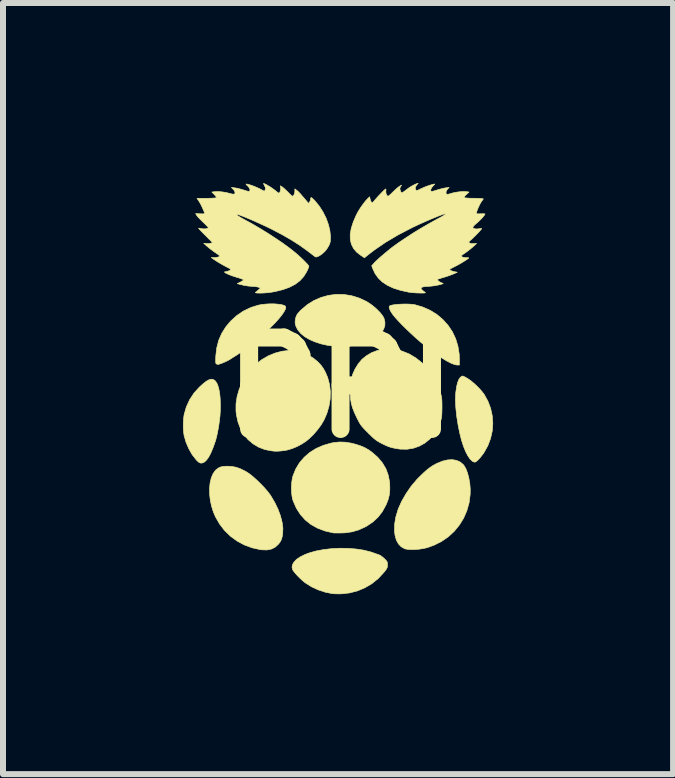
<source format=kicad_pcb>
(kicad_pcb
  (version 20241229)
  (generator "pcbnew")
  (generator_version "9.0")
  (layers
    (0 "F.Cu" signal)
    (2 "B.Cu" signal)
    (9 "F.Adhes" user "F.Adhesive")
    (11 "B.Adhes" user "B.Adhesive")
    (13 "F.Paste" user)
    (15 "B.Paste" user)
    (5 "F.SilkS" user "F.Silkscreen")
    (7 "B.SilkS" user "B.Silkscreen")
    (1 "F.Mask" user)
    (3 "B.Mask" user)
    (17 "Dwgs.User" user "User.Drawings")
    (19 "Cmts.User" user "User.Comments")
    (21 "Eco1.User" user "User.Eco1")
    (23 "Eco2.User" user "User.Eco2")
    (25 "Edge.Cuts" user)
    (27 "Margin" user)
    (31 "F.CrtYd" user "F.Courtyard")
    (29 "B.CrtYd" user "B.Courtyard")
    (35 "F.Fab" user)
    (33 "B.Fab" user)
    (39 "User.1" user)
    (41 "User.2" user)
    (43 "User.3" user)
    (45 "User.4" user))
  (footprint "RPI"
    (layer "F.Cu")
    (at 2.627 3.411)
    (property "Reference" "RPI" (at 0 0 0) (layer "F.SilkS") (effects (font (size 1.524 1.524) (thickness 0.3))))
    (attr through_hole)
    (fp_poly (pts (xy 2.05 -0.188) (xy 2.076 -0.175) (xy 2.109 -0.157) (xy 2.113 -0.155) (xy 2.167 -0.118) (xy 2.226 -0.069) (xy 2.286 -0.013) (xy 2.34 0.045) (xy 2.385 0.1) (xy 2.394 0.113) (xy 2.457 0.227) (xy 2.502 0.346) (xy 2.529 0.471) (xy 2.538 0.597) (xy 2.529 0.723) (xy 2.501 0.848) (xy 2.456 0.967) (xy 2.393 1.081) (xy 2.367 1.118) (xy 2.323 1.173) (xy 2.286 1.213) (xy 2.255 1.237) (xy 2.244 1.242) (xy 2.225 1.241) (xy 2.202 1.231) (xy 2.161 1.194) (xy 2.122 1.138) (xy 2.084 1.065) (xy 2.048 0.976) (xy 2.015 0.873) (xy 1.986 0.756) (xy 1.96 0.628) (xy 1.938 0.49) (xy 1.936 0.478) (xy 1.921 0.332) (xy 1.915 0.202) (xy 1.92 0.086) (xy 1.935 -0.017) (xy 1.951 -0.083) (xy 1.97 -0.132) (xy 1.994 -0.168) (xy 2.019 -0.189) (xy 2.036 -0.193) (xy 2.05 -0.188)) (stroke (width 0.01) (type solid)) (fill yes) (layer "F.SilkS"))
    (fp_poly (pts (xy 1.151 -1.391) (xy 1.203 -1.387) (xy 1.236 -1.382) (xy 1.37 -1.343) (xy 1.494 -1.288) (xy 1.607 -1.218) (xy 1.706 -1.134) (xy 1.792 -1.038) (xy 1.864 -0.931) (xy 1.919 -0.814) (xy 1.957 -0.689) (xy 1.978 -0.556) (xy 1.981 -0.48) (xy 1.981 -0.376) (xy 1.943 -0.376) (xy 1.914 -0.381) (xy 1.876 -0.393) (xy 1.839 -0.408) (xy 1.769 -0.444) (xy 1.692 -0.491) (xy 1.614 -0.543) (xy 1.562 -0.582) (xy 1.524 -0.611) (xy 1.485 -0.64) (xy 1.454 -0.663) (xy 1.394 -0.709) (xy 1.325 -0.766) (xy 1.251 -0.831) (xy 1.176 -0.9) (xy 1.1 -0.972) (xy 1.029 -1.042) (xy 0.965 -1.109) (xy 0.911 -1.168) (xy 0.875 -1.212) (xy 0.844 -1.257) (xy 0.822 -1.298) (xy 0.811 -1.332) (xy 0.812 -1.355) (xy 0.814 -1.358) (xy 0.832 -1.368) (xy 0.867 -1.377) (xy 0.914 -1.384) (xy 0.97 -1.389) (xy 1.031 -1.392) (xy 1.092 -1.393) (xy 1.151 -1.391)) (stroke (width 0.01) (type solid)) (fill yes) (layer "F.SilkS"))
    (fp_poly (pts (xy -2.127 -0.137) (xy -2.099 -0.121) (xy -2.084 -0.107) (xy -2.056 -0.062) (xy -2.034 0.001) (xy -2.017 0.081) (xy -2.007 0.176) (xy -2.003 0.287) (xy -2.005 0.396) (xy -2.01 0.474) (xy -2.02 0.56) (xy -2.033 0.651) (xy -2.049 0.739) (xy -2.066 0.819) (xy -2.084 0.885) (xy -2.087 0.894) (xy -2.125 1.001) (xy -2.162 1.09) (xy -2.199 1.16) (xy -2.236 1.211) (xy -2.271 1.242) (xy -2.276 1.245) (xy -2.308 1.258) (xy -2.336 1.258) (xy -2.363 1.245) (xy -2.395 1.216) (xy -2.408 1.202) (xy -2.475 1.116) (xy -2.532 1.015) (xy -2.578 0.906) (xy -2.61 0.792) (xy -2.611 0.782) (xy -2.618 0.727) (xy -2.622 0.66) (xy -2.621 0.587) (xy -2.617 0.518) (xy -2.609 0.459) (xy -2.608 0.451) (xy -2.571 0.323) (xy -2.516 0.203) (xy -2.445 0.094) (xy -2.357 -0.004) (xy -2.355 -0.006) (xy -2.292 -0.063) (xy -2.24 -0.104) (xy -2.196 -0.129) (xy -2.159 -0.14) (xy -2.127 -0.137)) (stroke (width 0.01) (type solid)) (fill yes) (layer "F.SilkS"))
    (fp_poly (pts (xy 0.055 -1.552) (xy 0.183 -1.532) (xy 0.309 -1.493) (xy 0.431 -1.436) (xy 0.448 -1.426) (xy 0.504 -1.389) (xy 0.561 -1.345) (xy 0.614 -1.297) (xy 0.661 -1.248) (xy 0.698 -1.202) (xy 0.721 -1.163) (xy 0.725 -1.154) (xy 0.74 -1.09) (xy 0.738 -1.03) (xy 0.718 -0.973) (xy 0.68 -0.915) (xy 0.659 -0.89) (xy 0.634 -0.864) (xy 0.604 -0.841) (xy 0.565 -0.818) (xy 0.513 -0.791) (xy 0.503 -0.786) (xy 0.389 -0.74) (xy 0.27 -0.709) (xy 0.141 -0.691) (xy 0.002 -0.686) (xy -0.102 -0.691) (xy -0.214 -0.704) (xy -0.323 -0.728) (xy -0.424 -0.761) (xy -0.517 -0.801) (xy -0.597 -0.848) (xy -0.662 -0.901) (xy -0.711 -0.959) (xy -0.718 -0.97) (xy -0.746 -1.027) (xy -0.758 -1.08) (xy -0.754 -1.135) (xy -0.747 -1.165) (xy -0.736 -1.196) (xy -0.722 -1.223) (xy -0.7 -1.25) (xy -0.668 -1.284) (xy -0.657 -1.295) (xy -0.555 -1.382) (xy -0.444 -1.451) (xy -0.325 -1.503) (xy -0.202 -1.537) (xy -0.074 -1.554) (xy 0.055 -1.552)) (stroke (width 0.01) (type solid)) (fill yes) (layer "F.SilkS"))
    (fp_poly (pts (xy 1.932 1.213) (xy 1.994 1.24) (xy 2.045 1.283) (xy 2.058 1.299) (xy 2.09 1.354) (xy 2.117 1.425) (xy 2.138 1.506) (xy 2.154 1.595) (xy 2.162 1.686) (xy 2.161 1.775) (xy 2.161 1.779) (xy 2.143 1.919) (xy 2.106 2.051) (xy 2.052 2.176) (xy 1.981 2.291) (xy 1.896 2.395) (xy 1.796 2.487) (xy 1.683 2.565) (xy 1.559 2.627) (xy 1.446 2.668) (xy 1.385 2.682) (xy 1.316 2.693) (xy 1.246 2.699) (xy 1.179 2.7) (xy 1.121 2.697) (xy 1.076 2.689) (xy 1.069 2.686) (xy 1.011 2.654) (xy 0.965 2.606) (xy 0.93 2.542) (xy 0.908 2.463) (xy 0.899 2.393) (xy 0.901 2.278) (xy 0.921 2.157) (xy 0.959 2.032) (xy 0.961 2.025) (xy 1.018 1.897) (xy 1.091 1.77) (xy 1.176 1.646) (xy 1.272 1.532) (xy 1.31 1.493) (xy 1.375 1.43) (xy 1.43 1.38) (xy 1.48 1.34) (xy 1.529 1.306) (xy 1.581 1.277) (xy 1.61 1.262) (xy 1.699 1.226) (xy 1.783 1.206) (xy 1.861 1.201) (xy 1.932 1.213)) (stroke (width 0.01) (type solid)) (fill yes) (layer "F.SilkS"))
    (fp_poly (pts (xy -1.808 1.315) (xy -1.739 1.329) (xy -1.67 1.353) (xy -1.594 1.391) (xy -1.562 1.409) (xy -1.513 1.442) (xy -1.456 1.488) (xy -1.394 1.544) (xy -1.331 1.605) (xy -1.271 1.668) (xy -1.218 1.729) (xy -1.175 1.785) (xy -1.163 1.803) (xy -1.096 1.916) (xy -1.042 2.029) (xy -1.001 2.14) (xy -0.974 2.246) (xy -0.961 2.345) (xy -0.965 2.435) (xy -0.965 2.437) (xy -0.974 2.49) (xy -0.985 2.529) (xy -1 2.562) (xy -1.024 2.596) (xy -1.039 2.614) (xy -1.091 2.661) (xy -1.154 2.692) (xy -1.228 2.707) (xy -1.314 2.704) (xy -1.335 2.702) (xy -1.474 2.671) (xy -1.604 2.623) (xy -1.725 2.558) (xy -1.835 2.478) (xy -1.933 2.383) (xy -2.016 2.275) (xy -2.085 2.155) (xy -2.12 2.074) (xy -2.151 1.975) (xy -2.172 1.874) (xy -2.183 1.775) (xy -2.184 1.679) (xy -2.175 1.589) (xy -2.156 1.509) (xy -2.128 1.44) (xy -2.091 1.386) (xy -2.076 1.371) (xy -2.04 1.343) (xy -2.004 1.325) (xy -1.962 1.315) (xy -1.908 1.311) (xy -1.88 1.311) (xy -1.808 1.315)) (stroke (width 0.01) (type solid)) (fill yes) (layer "F.SilkS"))
    (fp_poly (pts (xy -1.11 -1.396) (xy -1.047 -1.391) (xy -0.992 -1.384) (xy -0.949 -1.373) (xy -0.922 -1.359) (xy -0.918 -1.354) (xy -0.913 -1.333) (xy -0.923 -1.299) (xy -0.947 -1.256) (xy -0.984 -1.203) (xy -1.034 -1.142) (xy -1.077 -1.094) (xy -1.134 -1.035) (xy -1.203 -0.969) (xy -1.28 -0.899) (xy -1.362 -0.828) (xy -1.446 -0.757) (xy -1.53 -0.689) (xy -1.609 -0.628) (xy -1.681 -0.575) (xy -1.743 -0.534) (xy -1.755 -0.527) (xy -1.792 -0.504) (xy -1.825 -0.483) (xy -1.849 -0.467) (xy -1.851 -0.466) (xy -1.874 -0.453) (xy -1.908 -0.436) (xy -1.947 -0.419) (xy -1.986 -0.403) (xy -2.019 -0.392) (xy -2.04 -0.386) (xy -2.042 -0.386) (xy -2.064 -0.392) (xy -2.072 -0.395) (xy -2.078 -0.403) (xy -2.081 -0.419) (xy -2.082 -0.447) (xy -2.081 -0.489) (xy -2.08 -0.525) (xy -2.064 -0.661) (xy -2.032 -0.786) (xy -1.981 -0.903) (xy -1.912 -1.013) (xy -1.832 -1.108) (xy -1.731 -1.2) (xy -1.619 -1.276) (xy -1.496 -1.335) (xy -1.375 -1.373) (xy -1.314 -1.385) (xy -1.247 -1.392) (xy -1.178 -1.396) (xy -1.11 -1.396)) (stroke (width 0.01) (type solid)) (fill yes) (layer "F.SilkS"))
    (fp_poly (pts (xy 0.078 0.91) (xy 0.182 0.927) (xy 0.233 0.94) (xy 0.325 0.968) (xy 0.403 1.001) (xy 0.476 1.043) (xy 0.525 1.079) (xy 0.621 1.163) (xy 0.698 1.255) (xy 0.757 1.355) (xy 0.796 1.463) (xy 0.818 1.579) (xy 0.82 1.617) (xy 0.821 1.707) (xy 0.813 1.787) (xy 0.795 1.862) (xy 0.765 1.94) (xy 0.756 1.958) (xy 0.697 2.067) (xy 0.625 2.16) (xy 0.539 2.24) (xy 0.438 2.308) (xy 0.41 2.323) (xy 0.303 2.372) (xy 0.194 2.404) (xy 0.078 2.421) (xy 0.025 2.423) (xy -0.025 2.424) (xy -0.07 2.424) (xy -0.104 2.424) (xy -0.122 2.422) (xy -0.26 2.39) (xy -0.384 2.343) (xy -0.494 2.282) (xy -0.589 2.206) (xy -0.67 2.115) (xy -0.737 2.011) (xy -0.789 1.892) (xy -0.794 1.878) (xy -0.808 1.819) (xy -0.817 1.747) (xy -0.819 1.669) (xy -0.815 1.59) (xy -0.805 1.519) (xy -0.794 1.474) (xy -0.748 1.359) (xy -0.685 1.254) (xy -0.606 1.162) (xy -0.513 1.081) (xy -0.407 1.015) (xy -0.288 0.963) (xy -0.159 0.926) (xy -0.119 0.918) (xy -0.02 0.907) (xy 0.078 0.91)) (stroke (width 0.01) (type solid)) (fill yes) (layer "F.SilkS"))
    (fp_poly (pts (xy 0.126 2.68) (xy 0.26 2.691) (xy 0.385 2.71) (xy 0.497 2.738) (xy 0.528 2.748) (xy 0.57 2.763) (xy 0.609 2.777) (xy 0.638 2.786) (xy 0.64 2.787) (xy 0.666 2.8) (xy 0.698 2.823) (xy 0.729 2.85) (xy 0.757 2.878) (xy 0.773 2.898) (xy 0.78 2.918) (xy 0.782 2.942) (xy 0.782 2.954) (xy 0.781 2.98) (xy 0.777 3.001) (xy 0.766 3.023) (xy 0.746 3.051) (xy 0.723 3.08) (xy 0.63 3.181) (xy 0.524 3.267) (xy 0.408 3.336) (xy 0.282 3.389) (xy 0.15 3.423) (xy 0.02 3.438) (xy -0.031 3.439) (xy -0.084 3.438) (xy -0.129 3.435) (xy -0.14 3.434) (xy -0.258 3.41) (xy -0.375 3.371) (xy -0.485 3.32) (xy -0.582 3.259) (xy -0.592 3.252) (xy -0.637 3.215) (xy -0.683 3.172) (xy -0.726 3.128) (xy -0.763 3.086) (xy -0.79 3.051) (xy -0.797 3.039) (xy -0.809 2.996) (xy -0.802 2.952) (xy -0.776 2.908) (xy -0.734 2.864) (xy -0.675 2.824) (xy -0.601 2.786) (xy -0.528 2.758) (xy -0.413 2.725) (xy -0.286 2.701) (xy -0.151 2.685) (xy -0.012 2.678) (xy 0.126 2.68)) (stroke (width 0.01) (type solid)) (fill yes) (layer "F.SilkS"))
    (fp_poly (pts (xy -0.745 -0.611) (xy -0.647 -0.586) (xy -0.55 -0.547) (xy -0.461 -0.496) (xy -0.385 -0.435) (xy -0.379 -0.43) (xy -0.328 -0.375) (xy -0.287 -0.319) (xy -0.252 -0.255) (xy -0.219 -0.178) (xy -0.214 -0.164) (xy -0.184 -0.054) (xy -0.17 0.065) (xy -0.173 0.188) (xy -0.193 0.311) (xy -0.229 0.433) (xy -0.275 0.539) (xy -0.322 0.619) (xy -0.382 0.701) (xy -0.451 0.781) (xy -0.524 0.852) (xy -0.569 0.889) (xy -0.642 0.938) (xy -0.723 0.982) (xy -0.808 1.017) (xy -0.889 1.041) (xy -0.945 1.051) (xy -0.999 1.057) (xy -1.039 1.06) (xy -1.072 1.061) (xy -1.102 1.06) (xy -1.138 1.056) (xy -1.148 1.055) (xy -1.262 1.033) (xy -1.366 0.993) (xy -1.46 0.937) (xy -1.543 0.866) (xy -1.612 0.781) (xy -1.669 0.683) (xy -1.71 0.573) (xy -1.736 0.453) (xy -1.743 0.394) (xy -1.743 0.271) (xy -1.724 0.147) (xy -1.688 0.024) (xy -1.636 -0.095) (xy -1.569 -0.207) (xy -1.488 -0.311) (xy -1.396 -0.402) (xy -1.313 -0.466) (xy -1.206 -0.528) (xy -1.092 -0.575) (xy -0.976 -0.606) (xy -0.862 -0.619) (xy -0.84 -0.62) (xy -0.745 -0.611)) (stroke (width 0.01) (type solid)) (fill yes) (layer "F.SilkS"))
    (fp_poly (pts (xy 0.892 -0.64) (xy 1.021 -0.61) (xy 1.141 -0.562) (xy 1.253 -0.496) (xy 1.36 -0.411) (xy 1.418 -0.353) (xy 1.509 -0.244) (xy 1.583 -0.124) (xy 1.641 0.007) (xy 1.667 0.091) (xy 1.677 0.129) (xy 1.684 0.162) (xy 1.688 0.198) (xy 1.69 0.241) (xy 1.691 0.296) (xy 1.691 0.335) (xy 1.69 0.399) (xy 1.688 0.447) (xy 1.685 0.484) (xy 1.68 0.515) (xy 1.672 0.546) (xy 1.664 0.571) (xy 1.619 0.679) (xy 1.56 0.775) (xy 1.488 0.857) (xy 1.405 0.925) (xy 1.313 0.976) (xy 1.213 1.011) (xy 1.107 1.028) (xy 0.996 1.026) (xy 0.96 1.021) (xy 0.894 1.01) (xy 0.841 0.997) (xy 0.794 0.982) (xy 0.744 0.96) (xy 0.686 0.932) (xy 0.646 0.91) (xy 0.612 0.89) (xy 0.581 0.868) (xy 0.548 0.841) (xy 0.51 0.805) (xy 0.461 0.758) (xy 0.461 0.757) (xy 0.415 0.711) (xy 0.381 0.675) (xy 0.355 0.645) (xy 0.333 0.616) (xy 0.313 0.583) (xy 0.292 0.543) (xy 0.27 0.5) (xy 0.23 0.414) (xy 0.2 0.338) (xy 0.18 0.266) (xy 0.167 0.192) (xy 0.162 0.11) (xy 0.161 0.056) (xy 0.165 -0.049) (xy 0.178 -0.141) (xy 0.203 -0.225) (xy 0.24 -0.307) (xy 0.292 -0.392) (xy 0.295 -0.396) (xy 0.356 -0.47) (xy 0.433 -0.532) (xy 0.52 -0.583) (xy 0.616 -0.619) (xy 0.717 -0.641) (xy 0.819 -0.647) (xy 0.892 -0.64)) (stroke (width 0.01) (type solid)) (fill yes) (layer "F.SilkS"))
    (fp_poly (pts (xy -1.267 -3.398) (xy -1.238 -3.384) (xy -1.203 -3.363) (xy -1.164 -3.34) (xy -1.128 -3.315) (xy -1.098 -3.293) (xy -1.09 -3.287) (xy -1.063 -3.264) (xy -1.04 -3.247) (xy -1.028 -3.241) (xy -1.028 -3.241) (xy -1.016 -3.25) (xy -1.006 -3.272) (xy -0.999 -3.301) (xy -0.999 -3.328) (xy -0.999 -3.333) (xy -1.006 -3.364) (xy -0.974 -3.346) (xy -0.953 -3.33) (xy -0.924 -3.304) (xy -0.891 -3.273) (xy -0.877 -3.259) (xy -0.848 -3.229) (xy -0.823 -3.206) (xy -0.807 -3.192) (xy -0.803 -3.19) (xy -0.786 -3.199) (xy -0.772 -3.223) (xy -0.763 -3.254) (xy -0.762 -3.27) (xy -0.762 -3.313) (xy -0.727 -3.286) (xy -0.712 -3.274) (xy -0.694 -3.256) (xy -0.671 -3.232) (xy -0.642 -3.198) (xy -0.604 -3.154) (xy -0.555 -3.096) (xy -0.537 -3.075) (xy -0.529 -3.076) (xy -0.518 -3.091) (xy -0.507 -3.113) (xy -0.499 -3.137) (xy -0.498 -3.149) (xy -0.496 -3.164) (xy -0.488 -3.168) (xy -0.472 -3.158) (xy -0.447 -3.134) (xy -0.424 -3.11) (xy -0.354 -3.024) (xy -0.292 -2.927) (xy -0.241 -2.825) (xy -0.203 -2.72) (xy -0.178 -2.618) (xy -0.168 -2.522) (xy -0.168 -2.52) (xy -0.169 -2.472) (xy -0.171 -2.437) (xy -0.177 -2.409) (xy -0.188 -2.381) (xy -0.196 -2.365) (xy -0.22 -2.324) (xy -0.25 -2.283) (xy -0.269 -2.263) (xy -0.305 -2.231) (xy -0.342 -2.204) (xy -0.377 -2.185) (xy -0.405 -2.177) (xy -0.421 -2.179) (xy -0.433 -2.189) (xy -0.459 -2.208) (xy -0.494 -2.235) (xy -0.536 -2.267) (xy -0.553 -2.28) (xy -0.681 -2.372) (xy -0.822 -2.462) (xy -0.977 -2.551) (xy -1.149 -2.641) (xy -1.169 -2.651) (xy -1.231 -2.681) (xy -1.299 -2.713) (xy -1.37 -2.745) (xy -1.441 -2.777) (xy -1.509 -2.806) (xy -1.572 -2.833) (xy -1.627 -2.855) (xy -1.672 -2.872) (xy -1.703 -2.883) (xy -1.716 -2.885) (xy -1.728 -2.882) (xy -1.722 -2.872) (xy -1.699 -2.855) (xy -1.658 -2.831) (xy -1.608 -2.803) (xy -1.48 -2.733) (xy -1.35 -2.657) (xy -1.219 -2.577) (xy -1.093 -2.495) (xy -0.974 -2.415) (xy -0.869 -2.339) (xy -0.808 -2.292) (xy -0.756 -2.25) (xy -0.705 -2.206) (xy -0.656 -2.161) (xy -0.612 -2.119) (xy -0.575 -2.081) (xy -0.547 -2.051) (xy -0.531 -2.029) (xy -0.528 -2.021) (xy -0.533 -2.005) (xy -0.544 -1.975) (xy -0.561 -1.939) (xy -0.566 -1.929) (xy -0.615 -1.85) (xy -0.678 -1.781) (xy -0.756 -1.722) (xy -0.85 -1.673) (xy -0.961 -1.633) (xy -1.089 -1.601) (xy -1.153 -1.59) (xy -1.199 -1.583) (xy -1.249 -1.579) (xy -1.297 -1.576) (xy -1.342 -1.575) (xy -1.38 -1.576) (xy -1.407 -1.578) (xy -1.42 -1.583) (xy -1.418 -1.588) (xy -1.398 -1.603) (xy -1.373 -1.625) (xy -1.367 -1.63) (xy -1.336 -1.66) (xy -1.367 -1.673) (xy -1.395 -1.68) (xy -1.432 -1.685) (xy -1.453 -1.686) (xy -1.524 -1.691) (xy -1.601 -1.702) (xy -1.672 -1.719) (xy -1.676 -1.72) (xy -1.722 -1.733) (xy -1.672 -1.758) (xy -1.643 -1.774) (xy -1.623 -1.788) (xy -1.618 -1.794) (xy -1.626 -1.802) (xy -1.65 -1.813) (xy -1.688 -1.826) (xy -1.715 -1.834) (xy -1.765 -1.849) (xy -1.813 -1.865) (xy -1.856 -1.882) (xy -1.893 -1.898) (xy -1.92 -1.912) (xy -1.934 -1.923) (xy -1.933 -1.929) (xy -1.928 -1.93) (xy -1.901 -1.934) (xy -1.872 -1.943) (xy -1.846 -1.954) (xy -1.831 -1.965) (xy -1.829 -1.969) (xy -1.837 -1.977) (xy -1.86 -1.991) (xy -1.892 -2.007) (xy -1.902 -2.012) (xy -1.932 -2.028) (xy -1.97 -2.049) (xy -2.011 -2.073) (xy -2.054 -2.099) (xy -2.093 -2.124) (xy -2.125 -2.146) (xy -2.146 -2.161) (xy -2.154 -2.169) (xy -2.145 -2.17) (xy -2.124 -2.168) (xy -2.119 -2.167) (xy -2.093 -2.167) (xy -2.063 -2.171) (xy -2.035 -2.178) (xy -2.016 -2.187) (xy -2.012 -2.193) (xy -2.02 -2.201) (xy -2.041 -2.218) (xy -2.072 -2.24) (xy -2.095 -2.255) (xy -2.138 -2.286) (xy -2.182 -2.319) (xy -2.219 -2.35) (xy -2.229 -2.358) (xy -2.281 -2.406) (xy -2.235 -2.401) (xy -2.2 -2.4) (xy -2.169 -2.405) (xy -2.162 -2.407) (xy -2.134 -2.417) (xy -2.252 -2.535) (xy -2.291 -2.574) (xy -2.325 -2.609) (xy -2.349 -2.635) (xy -2.363 -2.652) (xy -2.366 -2.657) (xy -2.354 -2.657) (xy -2.33 -2.653) (xy -2.323 -2.651) (xy -2.292 -2.646) (xy -2.259 -2.646) (xy -2.229 -2.65) (xy -2.209 -2.658) (xy -2.205 -2.665) (xy -2.212 -2.676) (xy -2.231 -2.697) (xy -2.259 -2.726) (xy -2.294 -2.759) (xy -2.33 -2.795) (xy -2.363 -2.828) (xy -2.387 -2.855) (xy -2.399 -2.872) (xy -2.416 -2.901) (xy -2.341 -2.897) (xy -2.305 -2.896) (xy -2.278 -2.897) (xy -2.266 -2.9) (xy -2.266 -2.9) (xy -2.27 -2.919) (xy -2.282 -2.951) (xy -2.299 -2.989) (xy -2.318 -3.03) (xy -2.338 -3.069) (xy -2.356 -3.098) (xy -2.356 -3.099) (xy -2.393 -3.155) (xy -2.24 -3.155) (xy -2.185 -3.156) (xy -2.138 -3.158) (xy -2.101 -3.16) (xy -2.078 -3.163) (xy -2.074 -3.164) (xy -2.07 -3.173) (xy -2.08 -3.19) (xy -2.103 -3.216) (xy -2.146 -3.26) (xy -2.092 -3.266) (xy -2.038 -3.268) (xy -1.972 -3.262) (xy -1.9 -3.25) (xy -1.84 -3.235) (xy -1.808 -3.227) (xy -1.782 -3.224) (xy -1.772 -3.225) (xy -1.759 -3.239) (xy -1.761 -3.261) (xy -1.775 -3.289) (xy -1.789 -3.304) (xy -1.82 -3.336) (xy -1.761 -3.329) (xy -1.723 -3.323) (xy -1.675 -3.311) (xy -1.626 -3.297) (xy -1.613 -3.293) (xy -1.57 -3.279) (xy -1.541 -3.272) (xy -1.524 -3.271) (xy -1.515 -3.276) (xy -1.514 -3.276) (xy -1.509 -3.298) (xy -1.519 -3.325) (xy -1.542 -3.355) (xy -1.554 -3.366) (xy -1.572 -3.383) (xy -1.575 -3.393) (xy -1.572 -3.393) (xy -1.545 -3.389) (xy -1.505 -3.378) (xy -1.458 -3.362) (xy -1.409 -3.342) (xy -1.363 -3.321) (xy -1.343 -3.312) (xy -1.269 -3.272) (xy -1.257 -3.298) (xy -1.251 -3.318) (xy -1.255 -3.339) (xy -1.267 -3.364) (xy -1.279 -3.388) (xy -1.284 -3.402) (xy -1.283 -3.404) (xy -1.267 -3.398)) (stroke (width 0.01) (type solid)) (fill yes) (layer "F.SilkS"))
    (fp_poly (pts (xy 1.274 -3.382) (xy 1.25 -3.347) (xy 1.245 -3.316) (xy 1.253 -3.297) (xy 1.261 -3.289) (xy 1.27 -3.286) (xy 1.285 -3.289) (xy 1.31 -3.3) (xy 1.349 -3.319) (xy 1.352 -3.32) (xy 1.396 -3.34) (xy 1.445 -3.359) (xy 1.493 -3.375) (xy 1.534 -3.387) (xy 1.564 -3.393) (xy 1.569 -3.393) (xy 1.567 -3.387) (xy 1.553 -3.372) (xy 1.54 -3.359) (xy 1.518 -3.332) (xy 1.505 -3.305) (xy 1.503 -3.282) (xy 1.514 -3.27) (xy 1.515 -3.27) (xy 1.529 -3.271) (xy 1.557 -3.278) (xy 1.594 -3.289) (xy 1.613 -3.295) (xy 1.66 -3.309) (xy 1.708 -3.321) (xy 1.748 -3.329) (xy 1.755 -3.33) (xy 1.811 -3.336) (xy 1.784 -3.309) (xy 1.762 -3.276) (xy 1.758 -3.252) (xy 1.761 -3.231) (xy 1.773 -3.222) (xy 1.796 -3.223) (xy 1.835 -3.234) (xy 1.836 -3.235) (xy 1.885 -3.248) (xy 1.943 -3.259) (xy 2.003 -3.266) (xy 2.058 -3.269) (xy 2.089 -3.267) (xy 2.142 -3.26) (xy 2.097 -3.218) (xy 2.07 -3.191) (xy 2.06 -3.172) (xy 2.062 -3.167) (xy 2.075 -3.163) (xy 2.105 -3.16) (xy 2.149 -3.157) (xy 2.202 -3.156) (xy 2.229 -3.156) (xy 2.294 -3.155) (xy 2.342 -3.152) (xy 2.37 -3.149) (xy 2.38 -3.145) (xy 2.38 -3.145) (xy 2.37 -3.13) (xy 2.354 -3.108) (xy 2.35 -3.102) (xy 2.333 -3.076) (xy 2.314 -3.039) (xy 2.295 -2.998) (xy 2.279 -2.959) (xy 2.269 -2.928) (xy 2.266 -2.913) (xy 2.268 -2.903) (xy 2.277 -2.898) (xy 2.297 -2.896) (xy 2.334 -2.897) (xy 2.337 -2.897) (xy 2.372 -2.898) (xy 2.397 -2.897) (xy 2.408 -2.894) (xy 2.408 -2.894) (xy 2.401 -2.879) (xy 2.382 -2.854) (xy 2.356 -2.823) (xy 2.324 -2.791) (xy 2.292 -2.76) (xy 2.266 -2.738) (xy 2.236 -2.712) (xy 2.214 -2.688) (xy 2.205 -2.672) (xy 2.205 -2.671) (xy 2.214 -2.656) (xy 2.238 -2.647) (xy 2.271 -2.644) (xy 2.309 -2.648) (xy 2.316 -2.649) (xy 2.341 -2.655) (xy 2.351 -2.654) (xy 2.349 -2.645) (xy 2.348 -2.643) (xy 2.335 -2.626) (xy 2.311 -2.599) (xy 2.28 -2.566) (xy 2.245 -2.53) (xy 2.21 -2.496) (xy 2.178 -2.466) (xy 2.175 -2.464) (xy 2.151 -2.442) (xy 2.139 -2.429) (xy 2.14 -2.42) (xy 2.15 -2.411) (xy 2.177 -2.401) (xy 2.218 -2.4) (xy 2.219 -2.4) (xy 2.268 -2.403) (xy 2.206 -2.345) (xy 2.165 -2.311) (xy 2.119 -2.275) (xy 2.077 -2.245) (xy 2.046 -2.224) (xy 2.023 -2.206) (xy 2.012 -2.194) (xy 2.012 -2.193) (xy 2.021 -2.182) (xy 2.044 -2.172) (xy 2.074 -2.166) (xy 2.105 -2.166) (xy 2.127 -2.166) (xy 2.137 -2.162) (xy 2.137 -2.161) (xy 2.123 -2.148) (xy 2.096 -2.129) (xy 2.059 -2.105) (xy 2.017 -2.079) (xy 1.972 -2.053) (xy 1.929 -2.03) (xy 1.897 -2.014) (xy 1.862 -1.996) (xy 1.835 -1.981) (xy 1.82 -1.971) (xy 1.819 -1.969) (xy 1.828 -1.957) (xy 1.853 -1.945) (xy 1.888 -1.934) (xy 1.903 -1.931) (xy 1.946 -1.923) (xy 1.887 -1.896) (xy 1.851 -1.882) (xy 1.803 -1.864) (xy 1.751 -1.847) (xy 1.725 -1.839) (xy 1.682 -1.826) (xy 1.647 -1.815) (xy 1.624 -1.807) (xy 1.617 -1.803) (xy 1.618 -1.792) (xy 1.633 -1.776) (xy 1.656 -1.76) (xy 1.676 -1.75) (xy 1.712 -1.735) (xy 1.687 -1.725) (xy 1.653 -1.715) (xy 1.606 -1.705) (xy 1.553 -1.696) (xy 1.501 -1.69) (xy 1.457 -1.687) (xy 1.451 -1.687) (xy 1.405 -1.684) (xy 1.369 -1.677) (xy 1.347 -1.666) (xy 1.341 -1.656) (xy 1.349 -1.64) (xy 1.371 -1.617) (xy 1.402 -1.593) (xy 1.413 -1.585) (xy 1.415 -1.581) (xy 1.406 -1.578) (xy 1.383 -1.576) (xy 1.345 -1.576) (xy 1.321 -1.576) (xy 1.265 -1.578) (xy 1.205 -1.582) (xy 1.151 -1.588) (xy 1.133 -1.591) (xy 0.998 -1.621) (xy 0.881 -1.658) (xy 0.781 -1.705) (xy 0.697 -1.76) (xy 0.629 -1.825) (xy 0.575 -1.901) (xy 0.538 -1.98) (xy 0.519 -2.03) (xy 0.554 -2.07) (xy 0.58 -2.098) (xy 0.62 -2.135) (xy 0.668 -2.179) (xy 0.723 -2.226) (xy 0.78 -2.273) (xy 0.835 -2.318) (xy 0.87 -2.345) (xy 0.971 -2.418) (xy 1.086 -2.495) (xy 1.21 -2.576) (xy 1.341 -2.656) (xy 1.474 -2.733) (xy 1.604 -2.805) (xy 1.633 -2.82) (xy 1.687 -2.849) (xy 1.723 -2.871) (xy 1.743 -2.885) (xy 1.747 -2.893) (xy 1.737 -2.896) (xy 1.719 -2.892) (xy 1.686 -2.88) (xy 1.64 -2.863) (xy 1.584 -2.84) (xy 1.52 -2.814) (xy 1.452 -2.785) (xy 1.382 -2.754) (xy 1.313 -2.723) (xy 1.248 -2.693) (xy 1.189 -2.665) (xy 1.184 -2.662) (xy 0.959 -2.545) (xy 0.753 -2.423) (xy 0.567 -2.296) (xy 0.456 -2.211) (xy 0.399 -2.164) (xy 0.339 -2.203) (xy 0.268 -2.258) (xy 0.215 -2.321) (xy 0.18 -2.391) (xy 0.162 -2.47) (xy 0.161 -2.557) (xy 0.178 -2.654) (xy 0.212 -2.761) (xy 0.26 -2.872) (xy 0.291 -2.931) (xy 0.33 -2.994) (xy 0.373 -3.055) (xy 0.415 -3.11) (xy 0.454 -3.152) (xy 0.455 -3.153) (xy 0.485 -3.181) (xy 0.492 -3.147) (xy 0.501 -3.117) (xy 0.513 -3.093) (xy 0.513 -3.093) (xy 0.523 -3.082) (xy 0.532 -3.082) (xy 0.545 -3.095) (xy 0.561 -3.114) (xy 0.584 -3.141) (xy 0.613 -3.173) (xy 0.646 -3.209) (xy 0.679 -3.243) (xy 0.709 -3.274) (xy 0.734 -3.297) (xy 0.75 -3.31) (xy 0.753 -3.312) (xy 0.757 -3.303) (xy 0.756 -3.282) (xy 0.755 -3.277) (xy 0.756 -3.247) (xy 0.764 -3.219) (xy 0.778 -3.197) (xy 0.793 -3.19) (xy 0.803 -3.197) (xy 0.825 -3.215) (xy 0.854 -3.242) (xy 0.876 -3.264) (xy 0.911 -3.297) (xy 0.945 -3.327) (xy 0.973 -3.349) (xy 0.984 -3.357) (xy 1.018 -3.375) (xy 1.001 -3.349) (xy 0.99 -3.327) (xy 0.99 -3.305) (xy 0.996 -3.287) (xy 1.006 -3.262) (xy 1.015 -3.247) (xy 1.016 -3.246) (xy 1.028 -3.249) (xy 1.05 -3.263) (xy 1.08 -3.284) (xy 1.087 -3.29) (xy 1.141 -3.331) (xy 1.196 -3.365) (xy 1.246 -3.39) (xy 1.27 -3.399) (xy 1.295 -3.406) (xy 1.274 -3.382)) (stroke (width 0.01) (type solid)) (fill yes) (layer "F.SilkS")))
  (gr_rect
    (start -3 -3)
    (end 8.17 9.855)
    (stroke (width 0.1) (type default))
    (fill no)
    (layer "Edge.Cuts")))
</source>
